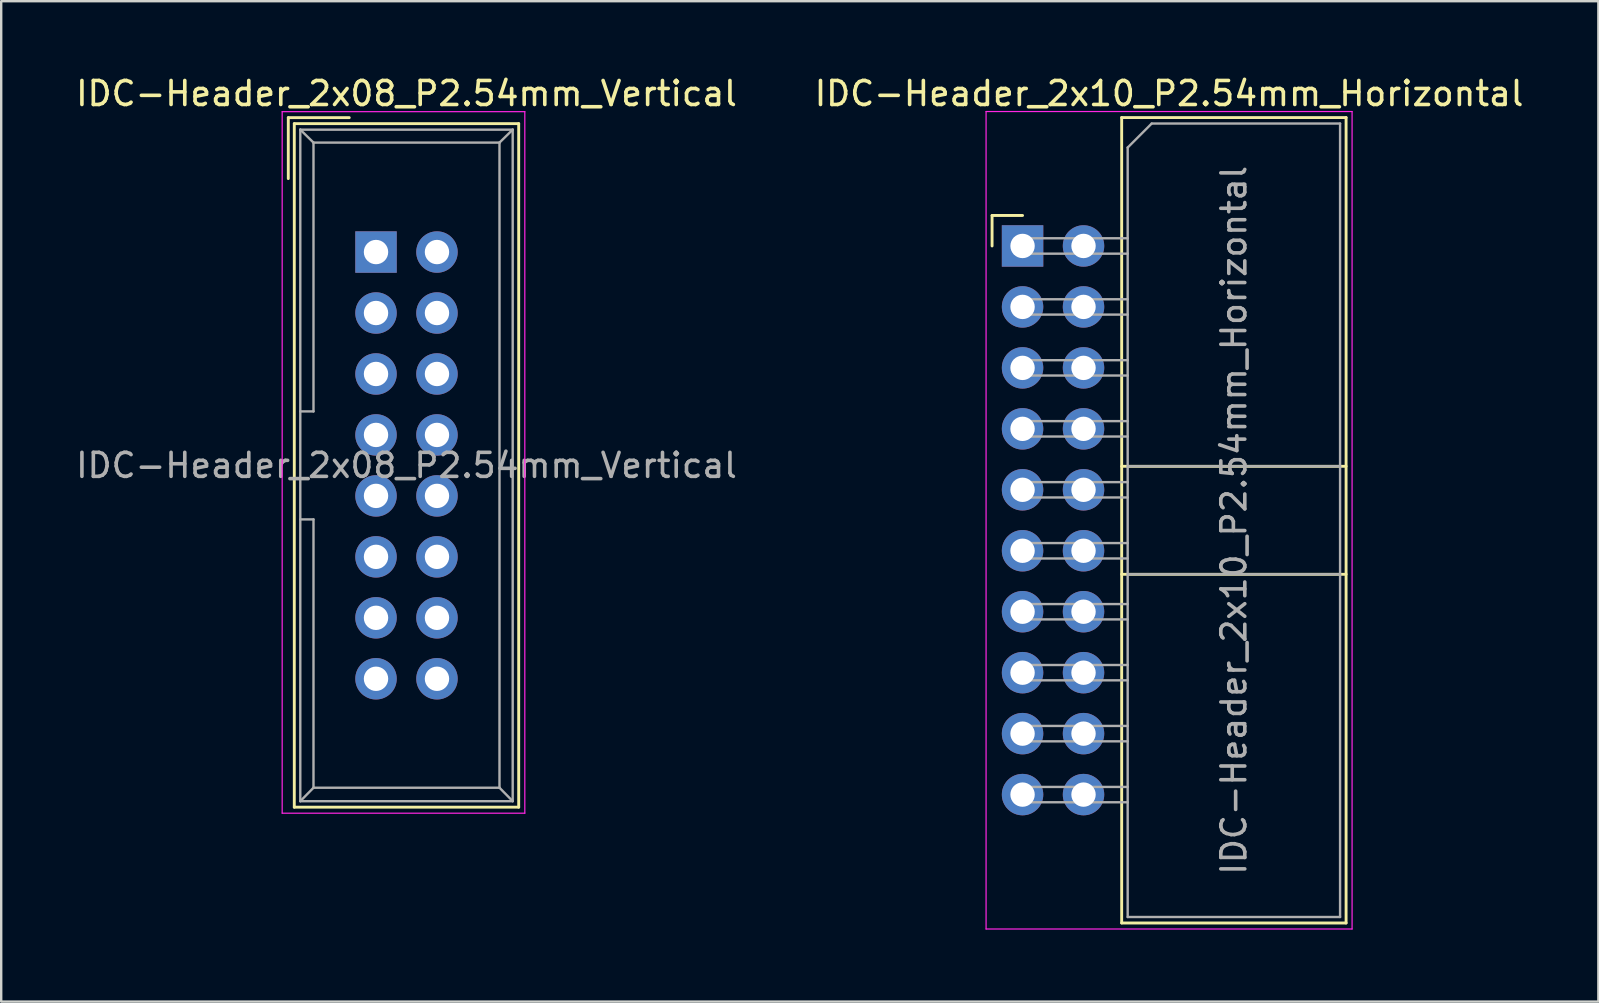
<source format=kicad_pcb>
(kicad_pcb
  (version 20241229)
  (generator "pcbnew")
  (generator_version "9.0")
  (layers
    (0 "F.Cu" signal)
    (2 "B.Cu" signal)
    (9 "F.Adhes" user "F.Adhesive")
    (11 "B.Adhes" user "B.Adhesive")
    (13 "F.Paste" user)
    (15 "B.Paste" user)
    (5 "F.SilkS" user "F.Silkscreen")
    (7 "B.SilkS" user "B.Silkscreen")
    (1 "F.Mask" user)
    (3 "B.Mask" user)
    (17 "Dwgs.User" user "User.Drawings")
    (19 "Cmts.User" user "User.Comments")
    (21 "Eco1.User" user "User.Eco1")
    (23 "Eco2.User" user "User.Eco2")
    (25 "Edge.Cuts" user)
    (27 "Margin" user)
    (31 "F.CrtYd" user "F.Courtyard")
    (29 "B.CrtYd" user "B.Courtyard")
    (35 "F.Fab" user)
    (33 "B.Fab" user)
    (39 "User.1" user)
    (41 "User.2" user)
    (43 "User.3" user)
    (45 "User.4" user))
  (footprint "IDC-Header_2x08_P2.54mm_Vertical"
    (layer "F.Cu")
    (at 12.617 7.452)
    (property "Reference" "IDC-Header_2x08_P2.54mm_Vertical" (at 1.27 -6.604 0) (layer "F.SilkS") (effects (font (size 1 1) (thickness 0.15))))
    (attr through_hole)
    (fp_line (start -3.655 -5.6) (end -3.655 -3.06) (stroke (width 0.12) (type solid)) (layer "F.SilkS"))
    (fp_line (start -3.655 -5.6) (end -1.115 -5.6) (stroke (width 0.12) (type solid)) (layer "F.SilkS"))
    (fp_line (start -3.405 -5.35) (end 5.945 -5.35) (stroke (width 0.12) (type solid)) (layer "F.SilkS"))
    (fp_line (start -3.405 23.13) (end -3.405 -5.35) (stroke (width 0.12) (type solid)) (layer "F.SilkS"))
    (fp_line (start 5.945 -5.35) (end 5.945 23.13) (stroke (width 0.12) (type solid)) (layer "F.SilkS"))
    (fp_line (start 5.945 23.13) (end -3.405 23.13) (stroke (width 0.12) (type solid)) (layer "F.SilkS"))
    (fp_line (start -3.91 -5.85) (end 6.2 -5.85) (stroke (width 0.05) (type solid)) (layer "F.CrtYd"))
    (fp_line (start -3.91 23.38) (end -3.91 -5.85) (stroke (width 0.05) (type solid)) (layer "F.CrtYd"))
    (fp_line (start 6.2 -5.85) (end 6.2 23.38) (stroke (width 0.05) (type solid)) (layer "F.CrtYd"))
    (fp_line (start 6.2 23.38) (end -3.91 23.38) (stroke (width 0.05) (type solid)) (layer "F.CrtYd"))
    (fp_line (start -3.155 -5.1) (end -3.155 22.88) (stroke (width 0.1) (type solid)) (layer "F.Fab"))
    (fp_line (start -3.155 -5.1) (end -2.605 -4.56) (stroke (width 0.1) (type solid)) (layer "F.Fab"))
    (fp_line (start -3.155 22.88) (end -2.605 22.32) (stroke (width 0.1) (type solid)) (layer "F.Fab"))
    (fp_line (start -2.605 -4.56) (end -2.605 6.64) (stroke (width 0.1) (type solid)) (layer "F.Fab"))
    (fp_line (start -2.605 6.64) (end -3.155 6.64) (stroke (width 0.1) (type solid)) (layer "F.Fab"))
    (fp_line (start -2.605 11.14) (end -3.155 11.14) (stroke (width 0.1) (type solid)) (layer "F.Fab"))
    (fp_line (start -2.605 11.14) (end -2.605 22.32) (stroke (width 0.1) (type solid)) (layer "F.Fab"))
    (fp_line (start 5.145 -4.56) (end -2.605 -4.56) (stroke (width 0.1) (type solid)) (layer "F.Fab"))
    (fp_line (start 5.145 -4.56) (end 5.145 22.32) (stroke (width 0.1) (type solid)) (layer "F.Fab"))
    (fp_line (start 5.145 22.32) (end -2.605 22.32) (stroke (width 0.1) (type solid)) (layer "F.Fab"))
    (fp_line (start 5.695 -5.1) (end -3.155 -5.1) (stroke (width 0.1) (type solid)) (layer "F.Fab"))
    (fp_line (start 5.695 -5.1) (end 5.145 -4.56) (stroke (width 0.1) (type solid)) (layer "F.Fab"))
    (fp_line (start 5.695 -5.1) (end 5.695 22.88) (stroke (width 0.1) (type solid)) (layer "F.Fab"))
    (fp_line (start 5.695 22.88) (end -3.155 22.88) (stroke (width 0.1) (type solid)) (layer "F.Fab"))
    (fp_line (start 5.695 22.88) (end 5.145 22.32) (stroke (width 0.1) (type solid)) (layer "F.Fab"))
    (fp_text user "${REFERENCE}" (at 1.27 8.89 0) (layer "F.Fab") (effects (font (size 1 1) (thickness 0.15))))
    (pad "1" thru_hole rect (at 0 0) (size 1.727 1.727) (drill 1.016) (layers "*.Cu" "*.Mask"))
    (pad "2" thru_hole oval (at 2.54 0) (size 1.727 1.727) (drill 1.016) (layers "*.Cu" "*.Mask"))
    (pad "3" thru_hole oval (at 0 2.54) (size 1.727 1.727) (drill 1.016) (layers "*.Cu" "*.Mask"))
    (pad "4" thru_hole oval (at 2.54 2.54) (size 1.727 1.727) (drill 1.016) (layers "*.Cu" "*.Mask"))
    (pad "5" thru_hole oval (at 0 5.08) (size 1.727 1.727) (drill 1.016) (layers "*.Cu" "*.Mask"))
    (pad "6" thru_hole oval (at 2.54 5.08) (size 1.727 1.727) (drill 1.016) (layers "*.Cu" "*.Mask"))
    (pad "7" thru_hole oval (at 0 7.62) (size 1.727 1.727) (drill 1.016) (layers "*.Cu" "*.Mask"))
    (pad "8" thru_hole oval (at 2.54 7.62) (size 1.727 1.727) (drill 1.016) (layers "*.Cu" "*.Mask"))
    (pad "9" thru_hole oval (at 0 10.16) (size 1.727 1.727) (drill 1.016) (layers "*.Cu" "*.Mask"))
    (pad "10" thru_hole oval (at 2.54 10.16) (size 1.727 1.727) (drill 1.016) (layers "*.Cu" "*.Mask"))
    (pad "11" thru_hole oval (at 0 12.7) (size 1.727 1.727) (drill 1.016) (layers "*.Cu" "*.Mask"))
    (pad "12" thru_hole oval (at 2.54 12.7) (size 1.727 1.727) (drill 1.016) (layers "*.Cu" "*.Mask"))
    (pad "13" thru_hole oval (at 0 15.24) (size 1.727 1.727) (drill 1.016) (layers "*.Cu" "*.Mask"))
    (pad "14" thru_hole oval (at 2.54 15.24) (size 1.727 1.727) (drill 1.016) (layers "*.Cu" "*.Mask"))
    (pad "15" thru_hole oval (at 0 17.78) (size 1.727 1.727) (drill 1.016) (layers "*.Cu" "*.Mask"))
    (pad "16" thru_hole oval (at 2.54 17.78) (size 1.727 1.727) (drill 1.016) (layers "*.Cu" "*.Mask")))
  (footprint "IDC-Header_2x10_P2.54mm_Horizontal"
    (layer "F.Cu")
    (at 39.556 7.198)
    (property "Reference" "IDC-Header_2x10_P2.54mm_Horizontal" (at 6.105 -6.35 0) (layer "F.SilkS") (effects (font (size 1 1) (thickness 0.15))))
    (attr through_hole)
    (fp_line (start -1.27 -1.27) (end -1.27 0) (stroke (width 0.12) (type solid)) (layer "F.SilkS"))
    (fp_line (start 0 -1.27) (end -1.27 -1.27) (stroke (width 0.12) (type solid)) (layer "F.SilkS"))
    (fp_line (start 4.13 -5.35) (end 13.48 -5.35) (stroke (width 0.12) (type solid)) (layer "F.SilkS"))
    (fp_line (start 4.13 9.18) (end 13.48 9.18) (stroke (width 0.12) (type solid)) (layer "F.SilkS"))
    (fp_line (start 4.13 13.68) (end 13.48 13.68) (stroke (width 0.12) (type solid)) (layer "F.SilkS"))
    (fp_line (start 4.13 28.21) (end 4.13 -5.35) (stroke (width 0.12) (type solid)) (layer "F.SilkS"))
    (fp_line (start 4.13 28.21) (end 13.48 28.21) (stroke (width 0.12) (type solid)) (layer "F.SilkS"))
    (fp_line (start 13.48 -5.35) (end 13.48 28.21) (stroke (width 0.12) (type solid)) (layer "F.SilkS"))
    (fp_line (start -1.52 -5.6) (end 13.73 -5.6) (stroke (width 0.05) (type solid)) (layer "F.CrtYd"))
    (fp_line (start -1.52 28.46) (end -1.52 -5.6) (stroke (width 0.05) (type solid)) (layer "F.CrtYd"))
    (fp_line (start 13.73 -5.6) (end 13.73 28.46) (stroke (width 0.05) (type solid)) (layer "F.CrtYd"))
    (fp_line (start 13.73 28.46) (end -1.52 28.46) (stroke (width 0.05) (type solid)) (layer "F.CrtYd"))
    (fp_line (start -0.32 -0.32) (end -0.32 0.32) (stroke (width 0.1) (type solid)) (layer "F.Fab"))
    (fp_line (start -0.32 0.32) (end 4.38 0.32) (stroke (width 0.1) (type solid)) (layer "F.Fab"))
    (fp_line (start -0.32 2.22) (end -0.32 2.86) (stroke (width 0.1) (type solid)) (layer "F.Fab"))
    (fp_line (start -0.32 2.86) (end 4.38 2.86) (stroke (width 0.1) (type solid)) (layer "F.Fab"))
    (fp_line (start -0.32 4.76) (end -0.32 5.4) (stroke (width 0.1) (type solid)) (layer "F.Fab"))
    (fp_line (start -0.32 5.4) (end 4.38 5.4) (stroke (width 0.1) (type solid)) (layer "F.Fab"))
    (fp_line (start -0.32 7.3) (end -0.32 7.94) (stroke (width 0.1) (type solid)) (layer "F.Fab"))
    (fp_line (start -0.32 7.94) (end 4.38 7.94) (stroke (width 0.1) (type solid)) (layer "F.Fab"))
    (fp_line (start -0.32 9.84) (end -0.32 10.48) (stroke (width 0.1) (type solid)) (layer "F.Fab"))
    (fp_line (start -0.32 10.48) (end 4.38 10.48) (stroke (width 0.1) (type solid)) (layer "F.Fab"))
    (fp_line (start -0.32 12.38) (end -0.32 13.02) (stroke (width 0.1) (type solid)) (layer "F.Fab"))
    (fp_line (start -0.32 13.02) (end 4.38 13.02) (stroke (width 0.1) (type solid)) (layer "F.Fab"))
    (fp_line (start -0.32 14.92) (end -0.32 15.56) (stroke (width 0.1) (type solid)) (layer "F.Fab"))
    (fp_line (start -0.32 15.56) (end 4.38 15.56) (stroke (width 0.1) (type solid)) (layer "F.Fab"))
    (fp_line (start -0.32 17.46) (end -0.32 18.1) (stroke (width 0.1) (type solid)) (layer "F.Fab"))
    (fp_line (start -0.32 18.1) (end 4.38 18.1) (stroke (width 0.1) (type solid)) (layer "F.Fab"))
    (fp_line (start -0.32 20) (end -0.32 20.64) (stroke (width 0.1) (type solid)) (layer "F.Fab"))
    (fp_line (start -0.32 20.64) (end 4.38 20.64) (stroke (width 0.1) (type solid)) (layer "F.Fab"))
    (fp_line (start -0.32 22.54) (end -0.32 23.18) (stroke (width 0.1) (type solid)) (layer "F.Fab"))
    (fp_line (start -0.32 23.18) (end 4.38 23.18) (stroke (width 0.1) (type solid)) (layer "F.Fab"))
    (fp_line (start 4.38 -4.1) (end 5.38 -5.1) (stroke (width 0.1) (type solid)) (layer "F.Fab"))
    (fp_line (start 4.38 -0.32) (end -0.32 -0.32) (stroke (width 0.1) (type solid)) (layer "F.Fab"))
    (fp_line (start 4.38 2.22) (end -0.32 2.22) (stroke (width 0.1) (type solid)) (layer "F.Fab"))
    (fp_line (start 4.38 4.76) (end -0.32 4.76) (stroke (width 0.1) (type solid)) (layer "F.Fab"))
    (fp_line (start 4.38 7.3) (end -0.32 7.3) (stroke (width 0.1) (type solid)) (layer "F.Fab"))
    (fp_line (start 4.38 9.18) (end 13.23 9.18) (stroke (width 0.1) (type solid)) (layer "F.Fab"))
    (fp_line (start 4.38 9.84) (end -0.32 9.84) (stroke (width 0.1) (type solid)) (layer "F.Fab"))
    (fp_line (start 4.38 12.38) (end -0.32 12.38) (stroke (width 0.1) (type solid)) (layer "F.Fab"))
    (fp_line (start 4.38 13.68) (end 13.23 13.68) (stroke (width 0.1) (type solid)) (layer "F.Fab"))
    (fp_line (start 4.38 14.92) (end -0.32 14.92) (stroke (width 0.1) (type solid)) (layer "F.Fab"))
    (fp_line (start 4.38 17.46) (end -0.32 17.46) (stroke (width 0.1) (type solid)) (layer "F.Fab"))
    (fp_line (start 4.38 20) (end -0.32 20) (stroke (width 0.1) (type solid)) (layer "F.Fab"))
    (fp_line (start 4.38 22.54) (end -0.32 22.54) (stroke (width 0.1) (type solid)) (layer "F.Fab"))
    (fp_line (start 4.38 27.96) (end 4.38 -4.1) (stroke (width 0.1) (type solid)) (layer "F.Fab"))
    (fp_line (start 4.38 27.96) (end 13.23 27.96) (stroke (width 0.1) (type solid)) (layer "F.Fab"))
    (fp_line (start 5.38 -5.1) (end 13.23 -5.1) (stroke (width 0.1) (type solid)) (layer "F.Fab"))
    (fp_line (start 13.23 27.96) (end 13.23 -5.1) (stroke (width 0.1) (type solid)) (layer "F.Fab"))
    (fp_text user "${REFERENCE}" (at 8.805 11.43 90) (layer "F.Fab") (effects (font (size 1 1) (thickness 0.15))))
    (pad "1" thru_hole rect (at 0 0) (size 1.727 1.727) (drill 1.016) (layers "*.Cu" "*.Mask"))
    (pad "2" thru_hole oval (at 2.54 0) (size 1.727 1.727) (drill 1.016) (layers "*.Cu" "*.Mask"))
    (pad "3" thru_hole oval (at 0 2.54) (size 1.727 1.727) (drill 1.016) (layers "*.Cu" "*.Mask"))
    (pad "4" thru_hole oval (at 2.54 2.54) (size 1.727 1.727) (drill 1.016) (layers "*.Cu" "*.Mask"))
    (pad "5" thru_hole oval (at 0 5.08) (size 1.727 1.727) (drill 1.016) (layers "*.Cu" "*.Mask"))
    (pad "6" thru_hole oval (at 2.54 5.08) (size 1.727 1.727) (drill 1.016) (layers "*.Cu" "*.Mask"))
    (pad "7" thru_hole oval (at 0 7.62) (size 1.727 1.727) (drill 1.016) (layers "*.Cu" "*.Mask"))
    (pad "8" thru_hole oval (at 2.54 7.62) (size 1.727 1.727) (drill 1.016) (layers "*.Cu" "*.Mask"))
    (pad "9" thru_hole oval (at 0 10.16) (size 1.727 1.727) (drill 1.016) (layers "*.Cu" "*.Mask"))
    (pad "10" thru_hole oval (at 2.54 10.16) (size 1.727 1.727) (drill 1.016) (layers "*.Cu" "*.Mask"))
    (pad "11" thru_hole oval (at 0 12.7) (size 1.727 1.727) (drill 1.016) (layers "*.Cu" "*.Mask"))
    (pad "12" thru_hole oval (at 2.54 12.7) (size 1.727 1.727) (drill 1.016) (layers "*.Cu" "*.Mask"))
    (pad "13" thru_hole oval (at 0 15.24) (size 1.727 1.727) (drill 1.016) (layers "*.Cu" "*.Mask"))
    (pad "14" thru_hole oval (at 2.54 15.24) (size 1.727 1.727) (drill 1.016) (layers "*.Cu" "*.Mask"))
    (pad "15" thru_hole oval (at 0 17.78) (size 1.727 1.727) (drill 1.016) (layers "*.Cu" "*.Mask"))
    (pad "16" thru_hole oval (at 2.54 17.78) (size 1.727 1.727) (drill 1.016) (layers "*.Cu" "*.Mask"))
    (pad "17" thru_hole oval (at 0 20.32) (size 1.727 1.727) (drill 1.016) (layers "*.Cu" "*.Mask"))
    (pad "18" thru_hole oval (at 2.54 20.32) (size 1.727 1.727) (drill 1.016) (layers "*.Cu" "*.Mask"))
    (pad "19" thru_hole oval (at 0 22.86) (size 1.727 1.727) (drill 1.016) (layers "*.Cu" "*.Mask"))
    (pad "20" thru_hole oval (at 2.54 22.86) (size 1.727 1.727) (drill 1.016) (layers "*.Cu" "*.Mask")))
  (gr_rect
    (start -3 -3)
    (end 63.548 38.683)
    (stroke (width 0.1) (type default))
    (fill no)
    (layer "Edge.Cuts")))
</source>
